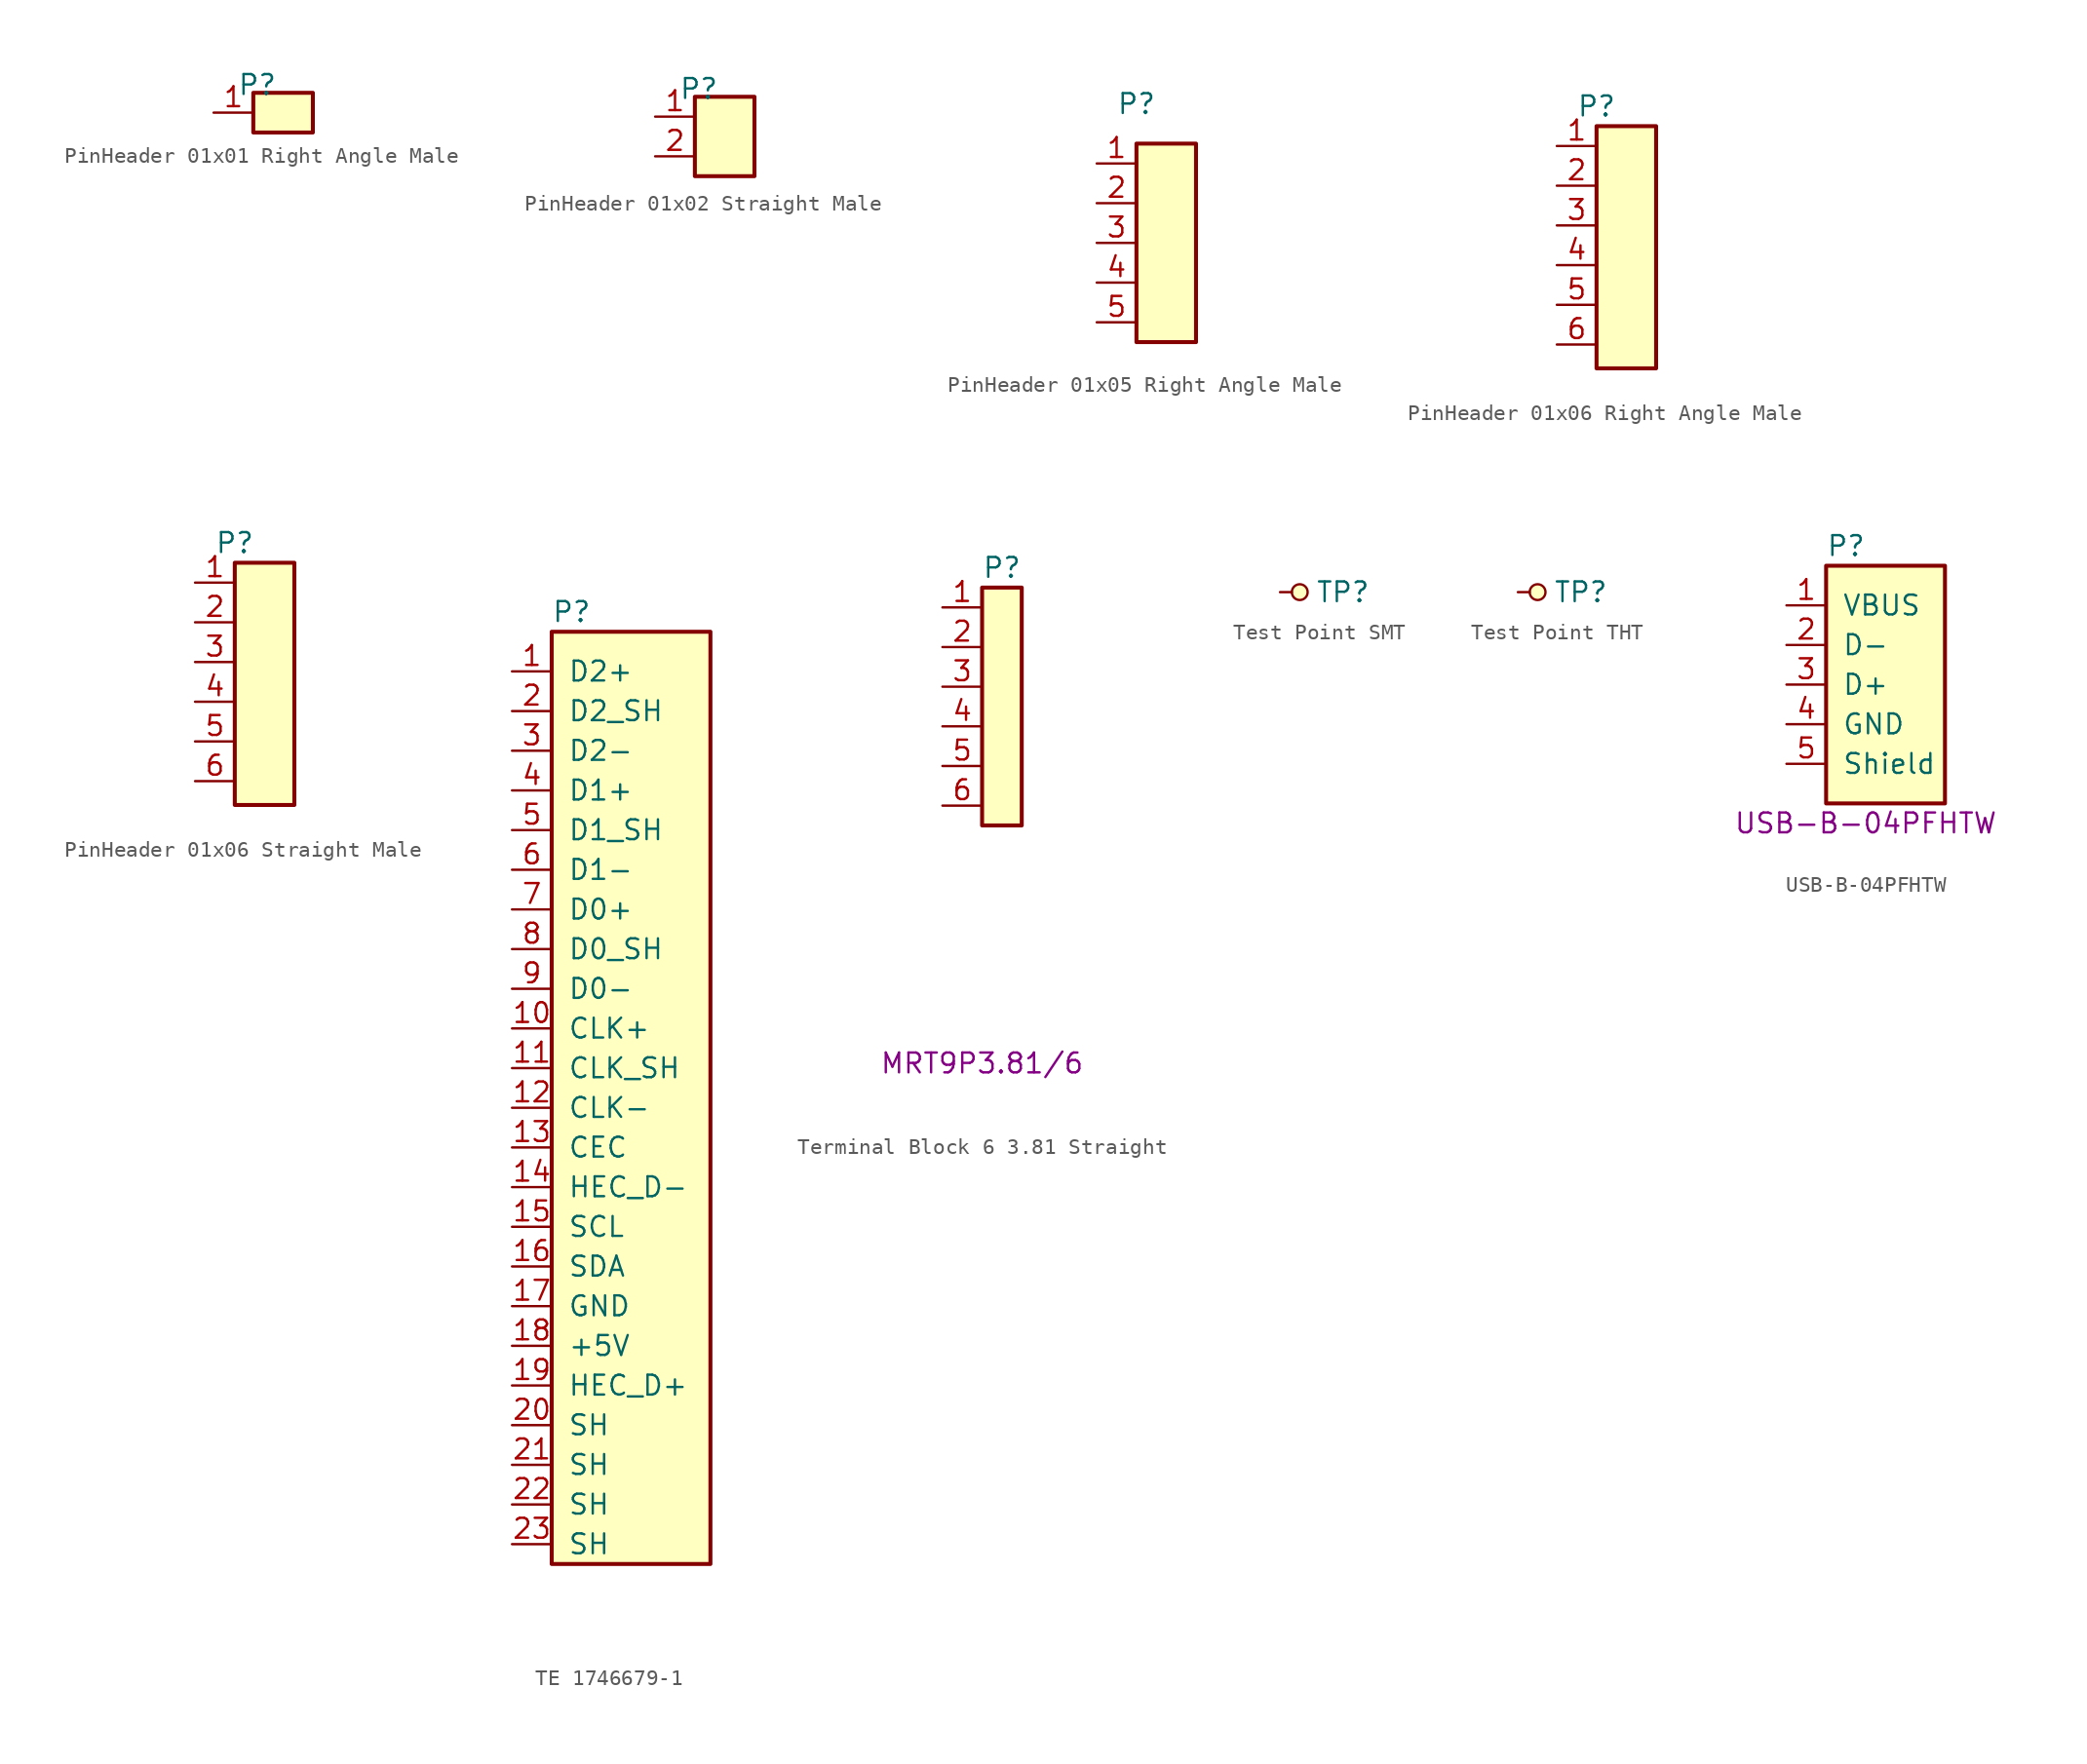
<source format=kicad_sym>
(kicad_symbol_lib
  (version 20211014)
  (generator kicad_symbol_editor)
  (symbol "PinHeader 01x01 Right Angle Male"
    (pin_names
      (offset 1.016) hide)
    (property "Reference" "P"
      (at 0.254 1.778 0)
      (effects (font (size 1.27 1.27))))
    (symbol "PinHeader 01x01 Right Angle Male_0_1"
      (rectangle (start 0 1.27) (end 3.81 -1.27) (stroke (width 0.254) (type default) (color 0 0 0 0)) (fill (type background))))
    (symbol "PinHeader 01x01 Right Angle Male_1_1"
      (pin passive line (at -2.54 0 0) (length 2.54) (name "Pin_1" (effects (font (size 1.27 1.27)))) (number "1" (effects (font (size 1.27 1.27)))))))
  (symbol "PinHeader 01x02 Straight Male"
    (pin_names
      (offset 1.016) hide)
    (property "Reference" "P"
      (at 0.254 3.048 0)
      (effects (font (size 1.27 1.27))))
    (symbol "PinHeader 01x02 Straight Male_0_1"
      (rectangle (start 0 2.54) (end 3.81 -2.54) (stroke (width 0.254) (type default) (color 0 0 0 0)) (fill (type background))))
    (symbol "PinHeader 01x02 Straight Male_1_1"
      (pin passive line (at -2.54 1.27 0) (length 2.54) (name "Pin_1" (effects (font (size 1.27 1.27)))) (number "1" (effects (font (size 1.27 1.27)))))
      (pin passive line (at -2.54 -1.27 0) (length 2.54) (name "Pin_2" (effects (font (size 1.27 1.27)))) (number "2" (effects (font (size 1.27 1.27)))))))
  (symbol "PinHeader 01x05 Right Angle Male"
    (pin_names
      (offset 1.016) hide)
    (property "Reference" "P"
      (at 0 8.89 0)
      (effects (font (size 1.27 1.27))))
    (symbol "PinHeader 01x05 Right Angle Male_0_1"
      (rectangle (start 0 6.35) (end 3.81 -6.35) (stroke (width 0.254) (type default) (color 0 0 0 0)) (fill (type background))))
    (symbol "PinHeader 01x05 Right Angle Male_1_1"
      (pin passive line (at -2.54 5.08 0) (length 2.54) (name "Pin_1" (effects (font (size 1.27 1.27)))) (number "1" (effects (font (size 1.27 1.27)))))
      (pin passive line (at -2.54 2.54 0) (length 2.54) (name "Pin_2" (effects (font (size 1.27 1.27)))) (number "2" (effects (font (size 1.27 1.27)))))
      (pin passive line (at -2.54 0 0) (length 2.54) (name "Pin_3" (effects (font (size 1.27 1.27)))) (number "3" (effects (font (size 1.27 1.27)))))
      (pin passive line (at -2.54 -2.54 0) (length 2.54) (name "Pin_4" (effects (font (size 1.27 1.27)))) (number "4" (effects (font (size 1.27 1.27)))))
      (pin passive line (at -2.54 -5.08 0) (length 2.54) (name "Pin_5" (effects (font (size 1.27 1.27)))) (number "5" (effects (font (size 1.27 1.27)))))))
  (symbol "PinHeader 01x06 Right Angle Male"
    (pin_names
      (offset 1.016) hide)
    (property "Reference" "P"
      (at 0 8.89 0)
      (effects (font (size 1.27 1.27))))
    (symbol "PinHeader 01x06 Right Angle Male_0_1"
      (rectangle (start 0 7.62) (end 3.81 -7.874) (stroke (width 0.254) (type default) (color 0 0 0 0)) (fill (type background))))
    (symbol "PinHeader 01x06 Right Angle Male_1_1"
      (pin passive line (at -2.54 6.35 0) (length 2.54) (name "Pin_1" (effects (font (size 1.27 1.27)))) (number "1" (effects (font (size 1.27 1.27)))))
      (pin passive line (at -2.54 3.81 0) (length 2.54) (name "Pin_2" (effects (font (size 1.27 1.27)))) (number "2" (effects (font (size 1.27 1.27)))))
      (pin passive line (at -2.54 1.27 0) (length 2.54) (name "Pin_3" (effects (font (size 1.27 1.27)))) (number "3" (effects (font (size 1.27 1.27)))))
      (pin passive line (at -2.54 -1.27 0) (length 2.54) (name "Pin_4" (effects (font (size 1.27 1.27)))) (number "4" (effects (font (size 1.27 1.27)))))
      (pin passive line (at -2.54 -3.81 0) (length 2.54) (name "Pin_5" (effects (font (size 1.27 1.27)))) (number "5" (effects (font (size 1.27 1.27)))))
      (pin passive line (at -2.54 -6.35 0) (length 2.54) (name "Pin_6" (effects (font (size 1.27 1.27)))) (number "6" (effects (font (size 1.27 1.27)))))))
  (symbol "PinHeader 01x06 Straight Male"
    (pin_names
      (offset 1.016) hide)
    (property "Reference" "P"
      (at 0 8.89 0)
      (effects (font (size 1.27 1.27))))
    (symbol "PinHeader 01x06 Straight Male_0_1"
      (rectangle (start 0 7.62) (end 3.81 -7.874) (stroke (width 0.254) (type default) (color 0 0 0 0)) (fill (type background))))
    (symbol "PinHeader 01x06 Straight Male_1_1"
      (pin passive line (at -2.54 6.35 0) (length 2.54) (name "Pin_1" (effects (font (size 1.27 1.27)))) (number "1" (effects (font (size 1.27 1.27)))))
      (pin passive line (at -2.54 3.81 0) (length 2.54) (name "Pin_2" (effects (font (size 1.27 1.27)))) (number "2" (effects (font (size 1.27 1.27)))))
      (pin passive line (at -2.54 1.27 0) (length 2.54) (name "Pin_3" (effects (font (size 1.27 1.27)))) (number "3" (effects (font (size 1.27 1.27)))))
      (pin passive line (at -2.54 -1.27 0) (length 2.54) (name "Pin_4" (effects (font (size 1.27 1.27)))) (number "4" (effects (font (size 1.27 1.27)))))
      (pin passive line (at -2.54 -3.81 0) (length 2.54) (name "Pin_5" (effects (font (size 1.27 1.27)))) (number "5" (effects (font (size 1.27 1.27)))))
      (pin passive line (at -2.54 -6.35 0) (length 2.54) (name "Pin_6" (effects (font (size 1.27 1.27)))) (number "6" (effects (font (size 1.27 1.27)))))))
  (symbol "TE 1746679-1"
    (pin_names
      (offset 1.016))
    (property "Reference" "P"
      (at 3.81 3.81 0)
      (effects (font (size 1.27 1.27))))
    (symbol "TE 1746679-1_0_1"
      (rectangle (start 2.54 2.54) (end 12.7 -57.15) (stroke (width 0.254) (type default) (color 0 0 0 0)) (fill (type background))))
    (symbol "TE 1746679-1_1_1"
      (pin input line (at 0 0 0) (length 2.54) (name "D2+" (effects (font (size 1.27 1.27)))) (number "1" (effects (font (size 1.27 1.27)))))
      (pin input line (at 0 -22.86 0) (length 2.54) (name "CLK+" (effects (font (size 1.27 1.27)))) (number "10" (effects (font (size 1.27 1.27)))))
      (pin passive line (at 0 -25.4 0) (length 2.54) (name "CLK_SH" (effects (font (size 1.27 1.27)))) (number "11" (effects (font (size 1.27 1.27)))))
      (pin input line (at 0 -27.94 0) (length 2.54) (name "CLK-" (effects (font (size 1.27 1.27)))) (number "12" (effects (font (size 1.27 1.27)))))
      (pin input line (at 0 -30.48 0) (length 2.54) (name "CEC" (effects (font (size 1.27 1.27)))) (number "13" (effects (font (size 1.27 1.27)))))
      (pin input line (at 0 -33.02 0) (length 2.54) (name "HEC_D-" (effects (font (size 1.27 1.27)))) (number "14" (effects (font (size 1.27 1.27)))))
      (pin input line (at 0 -35.56 0) (length 2.54) (name "SCL" (effects (font (size 1.27 1.27)))) (number "15" (effects (font (size 1.27 1.27)))))
      (pin input line (at 0 -38.1 0) (length 2.54) (name "SDA" (effects (font (size 1.27 1.27)))) (number "16" (effects (font (size 1.27 1.27)))))
      (pin power_in line (at 0 -40.64 0) (length 2.54) (name "GND" (effects (font (size 1.27 1.27)))) (number "17" (effects (font (size 1.27 1.27)))))
      (pin power_in line (at 0 -43.18 0) (length 2.54) (name "+5V" (effects (font (size 1.27 1.27)))) (number "18" (effects (font (size 1.27 1.27)))))
      (pin power_in line (at 0 -45.72 0) (length 2.54) (name "HEC_D+" (effects (font (size 1.27 1.27)))) (number "19" (effects (font (size 1.27 1.27)))))
      (pin passive line (at 0 -2.54 0) (length 2.54) (name "D2_SH" (effects (font (size 1.27 1.27)))) (number "2" (effects (font (size 1.27 1.27)))))
      (pin passive line (at 0 -48.26 0) (length 2.54) (name "SH" (effects (font (size 1.27 1.27)))) (number "20" (effects (font (size 1.27 1.27)))))
      (pin passive line (at 0 -50.8 0) (length 2.54) (name "SH" (effects (font (size 1.27 1.27)))) (number "21" (effects (font (size 1.27 1.27)))))
      (pin passive line (at 0 -53.34 0) (length 2.54) (name "SH" (effects (font (size 1.27 1.27)))) (number "22" (effects (font (size 1.27 1.27)))))
      (pin passive line (at 0 -55.88 0) (length 2.54) (name "SH" (effects (font (size 1.27 1.27)))) (number "23" (effects (font (size 1.27 1.27)))))
      (pin input line (at 0 -5.08 0) (length 2.54) (name "D2-" (effects (font (size 1.27 1.27)))) (number "3" (effects (font (size 1.27 1.27)))))
      (pin input line (at 0 -7.62 0) (length 2.54) (name "D1+" (effects (font (size 1.27 1.27)))) (number "4" (effects (font (size 1.27 1.27)))))
      (pin passive line (at 0 -10.16 0) (length 2.54) (name "D1_SH" (effects (font (size 1.27 1.27)))) (number "5" (effects (font (size 1.27 1.27)))))
      (pin input line (at 0 -12.7 0) (length 2.54) (name "D1-" (effects (font (size 1.27 1.27)))) (number "6" (effects (font (size 1.27 1.27)))))
      (pin input line (at 0 -15.24 0) (length 2.54) (name "D0+" (effects (font (size 1.27 1.27)))) (number "7" (effects (font (size 1.27 1.27)))))
      (pin passive line (at 0 -17.78 0) (length 2.54) (name "D0_SH" (effects (font (size 1.27 1.27)))) (number "8" (effects (font (size 1.27 1.27)))))
      (pin input line (at 0 -20.32 0) (length 2.54) (name "D0-" (effects (font (size 1.27 1.27)))) (number "9" (effects (font (size 1.27 1.27)))))))
  (symbol "Terminal Block 6 3.81 Straight"
    (pin_names
      (offset 1.016) hide)
    (property "Reference" "P"
      (at 1.27 1.27 0)
      (effects (font (size 1.27 1.27))))
    (property "Comment" "MRT9P3.81/6"
      (at 0 -30.48 0)
      (effects (font (size 1.27 1.27))))
    (symbol "Terminal Block 6 3.81 Straight_1_1"
      (rectangle (start 0 0) (end 2.54 -15.24) (stroke (width 0.254) (type default) (color 0 0 0 0)) (fill (type background)))
      (pin passive line (at -2.54 -1.27 0) (length 2.54) (name "Pin_a1" (effects (font (size 1.27 1.27)))) (number "1" (effects (font (size 1.27 1.27)))))
      (pin passive line (at -2.54 -3.81 0) (length 2.54) (name "Pin_a2" (effects (font (size 1.27 1.27)))) (number "2" (effects (font (size 1.27 1.27)))))
      (pin passive line (at -2.54 -6.35 0) (length 2.54) (name "Pin_a3" (effects (font (size 1.27 1.27)))) (number "3" (effects (font (size 1.27 1.27)))))
      (pin passive line (at -2.54 -8.89 0) (length 2.54) (name "Pin_a4" (effects (font (size 1.27 1.27)))) (number "4" (effects (font (size 1.27 1.27)))))
      (pin passive line (at -2.54 -11.43 0) (length 2.54) (name "Pin_a5" (effects (font (size 1.27 1.27)))) (number "5" (effects (font (size 1.27 1.27)))))
      (pin passive line (at -2.54 -13.97 0) (length 2.54) (name "Pin_a6" (effects (font (size 1.27 1.27)))) (number "6" (effects (font (size 1.27 1.27)))))))
  (symbol "Test Point SMT"
    (pin_numbers hide)
    (pin_names
      (offset 1.016) hide)
    (property "Reference" "TP"
      (at 1.016 0 0)
      (effects (font (size 1.27 1.27)) (justify left)))
    (property "Comment" ""
      (at 3.81 5.08 0)
      (effects (font (size 1.27 1.27))))
    (symbol "Test Point SMT_0_1"
      (circle (center 0 0) (radius 0.508) (stroke (width 0.152) (type default) (color 0 0 0 0)) (fill (type background))))
    (symbol "Test Point SMT_1_1"
      (pin passive line (at -1.27 0 0) (length 0.762) (name "~" (effects (font (size 1.27 1.27)))) (number "1" (effects (font (size 1.27 1.27)))))))
  (symbol "Test Point THT"
    (pin_numbers hide)
    (pin_names
      (offset 1.016) hide)
    (property "Reference" "TP"
      (at 1.016 0 0)
      (effects (font (size 1.27 1.27)) (justify left)))
    (property "Comment" ""
      (at 3.81 5.08 0)
      (effects (font (size 1.27 1.27))))
    (symbol "Test Point THT_0_1"
      (circle (center 0 0) (radius 0.508) (stroke (width 0.152) (type default) (color 0 0 0 0)) (fill (type background))))
    (symbol "Test Point THT_1_1"
      (pin passive line (at -1.27 0 0) (length 0.762) (name "~" (effects (font (size 1.27 1.27)))) (number "1" (effects (font (size 1.27 1.27)))))))
  (symbol "USB-B-04PFHTW"
    (pin_names
      (offset 1.016))
    (property "Reference" "P"
      (at -3.81 8.89 0)
      (effects (font (size 1.27 1.27)) (justify left)))
    (property "Comment" "USB-B-04PFHTW"
      (at -1.27 -8.89 0)
      (effects (font (size 1.27 1.27))))
    (symbol "USB-B-04PFHTW_0_1"
      (rectangle (start -3.81 7.62) (end 3.81 -7.62) (stroke (width 0.254) (type default) (color 0 0 0 0)) (fill (type background))))
    (symbol "USB-B-04PFHTW_1_1"
      (pin power_out line (at -6.35 5.08 0) (length 2.54) (name "VBUS" (effects (font (size 1.27 1.27)))) (number "1" (effects (font (size 1.27 1.27)))))
      (pin bidirectional line (at -6.35 2.54 0) (length 2.54) (name "D-" (effects (font (size 1.27 1.27)))) (number "2" (effects (font (size 1.27 1.27)))))
      (pin bidirectional line (at -6.35 0 0) (length 2.54) (name "D+" (effects (font (size 1.27 1.27)))) (number "3" (effects (font (size 1.27 1.27)))))
      (pin power_out line (at -6.35 -2.54 0) (length 2.54) (name "GND" (effects (font (size 1.27 1.27)))) (number "4" (effects (font (size 1.27 1.27)))))
      (pin passive line (at -6.35 -5.08 0) (length 2.54) (name "Shield" (effects (font (size 1.27 1.27)))) (number "5" (effects (font (size 1.27 1.27))))))))
</source>
